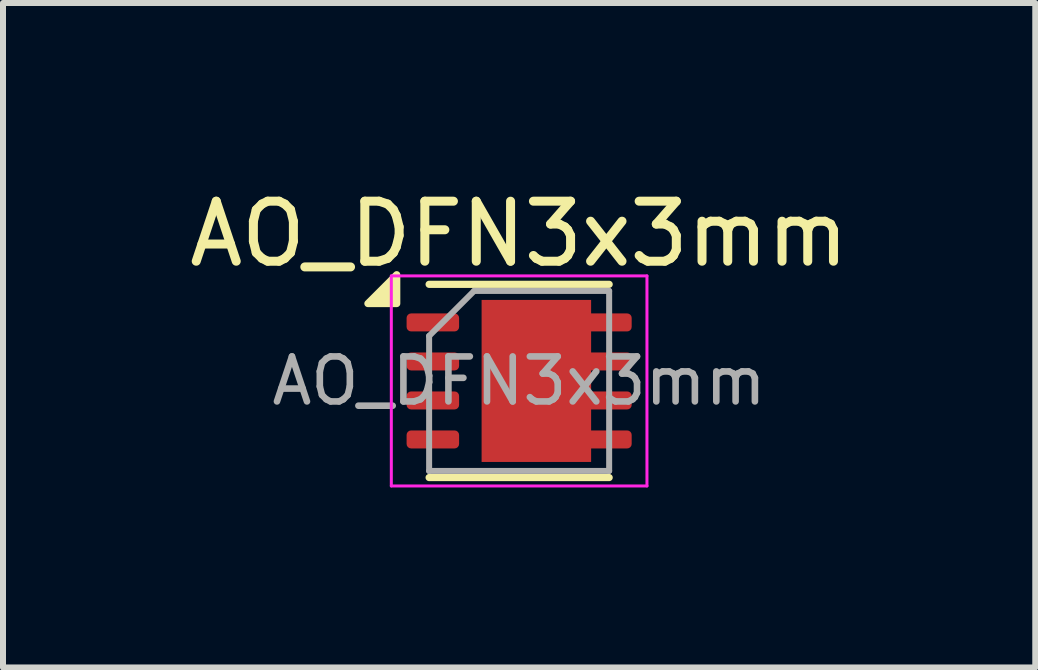
<source format=kicad_pcb>
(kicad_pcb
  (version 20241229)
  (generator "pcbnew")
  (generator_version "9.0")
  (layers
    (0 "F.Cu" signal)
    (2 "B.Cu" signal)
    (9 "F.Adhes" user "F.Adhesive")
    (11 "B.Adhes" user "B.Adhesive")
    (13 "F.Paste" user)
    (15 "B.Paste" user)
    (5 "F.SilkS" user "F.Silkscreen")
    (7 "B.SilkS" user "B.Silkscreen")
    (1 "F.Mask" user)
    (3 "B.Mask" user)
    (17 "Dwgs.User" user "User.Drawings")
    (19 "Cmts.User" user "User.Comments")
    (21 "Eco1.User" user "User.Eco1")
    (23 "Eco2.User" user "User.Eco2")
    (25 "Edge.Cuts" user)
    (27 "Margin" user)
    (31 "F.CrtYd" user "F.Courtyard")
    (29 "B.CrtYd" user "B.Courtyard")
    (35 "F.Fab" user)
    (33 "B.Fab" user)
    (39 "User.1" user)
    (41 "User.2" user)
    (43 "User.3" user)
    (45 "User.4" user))
  (footprint "AO_DFN3x3mm"
    (layer "F.Cu")
    (at 5.601 3.298)
    (property "Reference" "AO_DFN3x3mm" (at 0 -2.45 0) (layer "F.SilkS") (effects (font (size 1 1) (thickness 0.15))))
    (attr smd)
    (fp_line (start -1.5 -1.61) (end 1.5 -1.61) (stroke (width 0.12) (type solid)) (layer "F.SilkS"))
    (fp_line (start -1.5 1.61) (end 1.5 1.61) (stroke (width 0.12) (type solid)) (layer "F.SilkS"))
    (fp_poly (pts (xy -2.04 -1.29) (xy -2.52 -1.29) (xy -2.04 -1.77) (xy -2.04 -1.29)) (stroke (width 0.12) (type solid)) (fill yes) (layer "F.SilkS"))
    (fp_line (start -2.13 -1.75) (end -2.13 1.75) (stroke (width 0.05) (type solid)) (layer "F.CrtYd"))
    (fp_line (start -2.13 1.75) (end 2.13 1.75) (stroke (width 0.05) (type solid)) (layer "F.CrtYd"))
    (fp_line (start 2.13 -1.75) (end -2.13 -1.75) (stroke (width 0.05) (type solid)) (layer "F.CrtYd"))
    (fp_line (start 2.13 1.75) (end 2.13 -1.75) (stroke (width 0.05) (type solid)) (layer "F.CrtYd"))
    (fp_line (start -1.5 -0.75) (end -0.75 -1.5) (stroke (width 0.1) (type solid)) (layer "F.Fab"))
    (fp_line (start -1.5 1.5) (end -1.5 -0.75) (stroke (width 0.1) (type solid)) (layer "F.Fab"))
    (fp_line (start -0.75 -1.5) (end 1.5 -1.5) (stroke (width 0.1) (type solid)) (layer "F.Fab"))
    (fp_line (start 1.5 -1.5) (end 1.5 1.5) (stroke (width 0.1) (type solid)) (layer "F.Fab"))
    (fp_line (start 1.5 1.5) (end -1.5 1.5) (stroke (width 0.1) (type solid)) (layer "F.Fab"))
    (fp_text user "${REFERENCE}" (at 0 0 0) (layer "F.Fab") (effects (font (size 0.75 0.75) (thickness 0.11))))
    (pad "" smd roundrect (at -0.2 -0.675) (size 0.5 1.09) (layers "F.Paste") (roundrect_rratio 0.25))
    (pad "" smd roundrect (at -0.2 0.675) (size 0.5 1.09) (layers "F.Paste") (roundrect_rratio 0.25))
    (pad "" smd roundrect (at 0.5 -0.675) (size 0.5 1.09) (layers "F.Paste") (roundrect_rratio 0.25))
    (pad "" smd roundrect (at 0.5 0.675) (size 0.5 1.09) (layers "F.Paste") (roundrect_rratio 0.25))
    (pad "1" smd roundrect (at -1.438 -0.975) (size 0.875 0.3) (layers "F.Cu" "F.Mask" "F.Paste") (roundrect_rratio 0.25))
    (pad "2" smd roundrect (at -1.438 -0.325) (size 0.875 0.3) (layers "F.Cu" "F.Mask" "F.Paste") (roundrect_rratio 0.25))
    (pad "3" smd roundrect (at -1.438 0.325) (size 0.875 0.3) (layers "F.Cu" "F.Mask" "F.Paste") (roundrect_rratio 0.25))
    (pad "4" smd roundrect (at -1.438 0.975) (size 0.875 0.3) (layers "F.Cu" "F.Mask" "F.Paste") (roundrect_rratio 0.25))
    (pad "5" smd rect (at 0.287 0) (size 1.825 2.7) (property pad_prop_heatsink) (layers "F.Cu" "F.Mask"))
    (pad "5" smd roundrect (at 1.438 -0.975) (size 0.875 0.3) (layers "F.Cu" "F.Mask" "F.Paste") (roundrect_rratio 0.25))
    (pad "5" smd roundrect (at 1.438 -0.325) (size 0.875 0.3) (layers "F.Cu" "F.Mask" "F.Paste") (roundrect_rratio 0.25))
    (pad "5" smd roundrect (at 1.438 0.325) (size 0.875 0.3) (layers "F.Cu" "F.Mask" "F.Paste") (roundrect_rratio 0.25))
    (pad "5" smd roundrect (at 1.438 0.975) (size 0.875 0.3) (layers "F.Cu" "F.Mask" "F.Paste") (roundrect_rratio 0.25)))
  (gr_rect
    (start -3 -3)
    (end 14.202 8.073)
    (stroke (width 0.1) (type default))
    (fill no)
    (layer "Edge.Cuts")))
</source>
